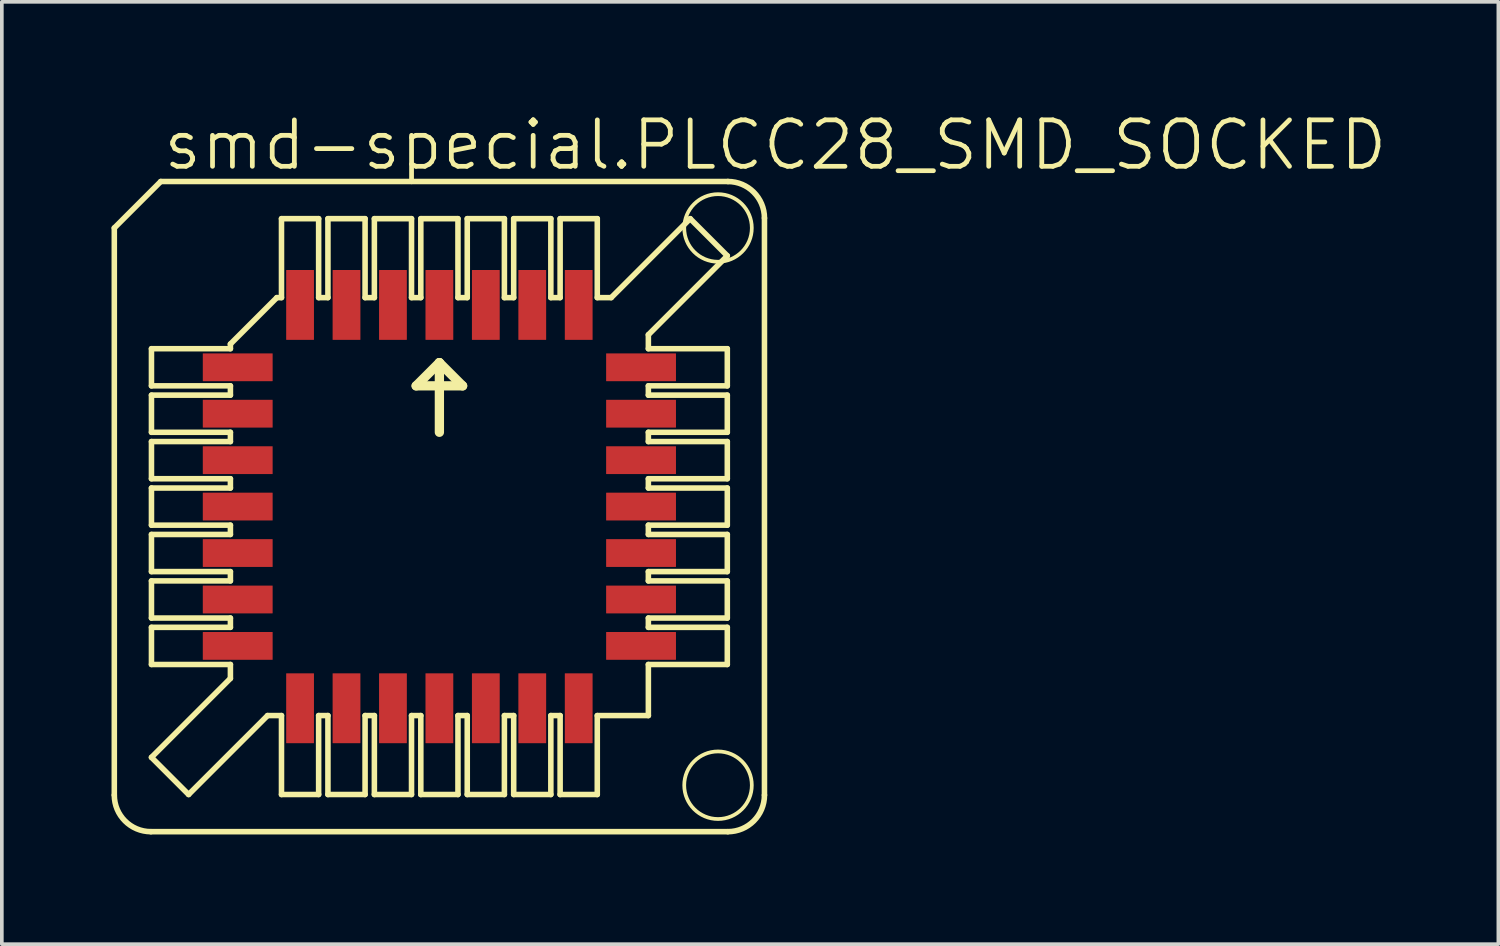
<source format=kicad_pcb>
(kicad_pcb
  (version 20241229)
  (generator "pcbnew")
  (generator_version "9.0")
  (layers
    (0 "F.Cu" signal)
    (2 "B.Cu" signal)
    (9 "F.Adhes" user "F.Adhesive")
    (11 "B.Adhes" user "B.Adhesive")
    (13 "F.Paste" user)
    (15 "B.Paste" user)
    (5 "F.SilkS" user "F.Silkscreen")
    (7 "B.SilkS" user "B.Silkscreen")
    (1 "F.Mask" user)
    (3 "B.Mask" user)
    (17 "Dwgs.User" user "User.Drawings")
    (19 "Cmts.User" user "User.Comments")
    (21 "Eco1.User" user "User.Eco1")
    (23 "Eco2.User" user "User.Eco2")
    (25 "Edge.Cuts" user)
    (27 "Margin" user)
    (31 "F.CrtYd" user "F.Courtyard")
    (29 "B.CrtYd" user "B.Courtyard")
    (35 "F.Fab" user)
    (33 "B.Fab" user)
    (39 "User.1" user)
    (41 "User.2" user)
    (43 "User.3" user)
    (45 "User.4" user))
  (footprint "smd-special.PLCC28_SMD_SOCKED"
    (layer "F.Cu")
    (at 8.966 10.804)
    (property "Reference" "smd-special.PLCC28_SMD_SOCKED" (at -7.62 -9.144 0) (layer "F.SilkS") (effects (font (size 1.27 1.27) (thickness 0.13)) (justify left bottom)))
    (attr smd)
    (fp_line (start -8.89 7.89) (end -8.89 -7.62) (stroke (width 0.152) (type default)) (layer "F.SilkS"))
    (fp_line (start -7.89 8.89) (end 7.89 8.89) (stroke (width 0.152) (type default)) (layer "F.SilkS"))
    (fp_line (start -7.874 -3.302) (end -7.874 -4.318) (stroke (width 0.152) (type default)) (layer "F.SilkS"))
    (fp_line (start -7.874 -3.302) (end -5.715 -3.302) (stroke (width 0.152) (type default)) (layer "F.SilkS"))
    (fp_line (start -7.874 -2.032) (end -7.874 -3.048) (stroke (width 0.152) (type default)) (layer "F.SilkS"))
    (fp_line (start -7.874 -2.032) (end -5.715 -2.032) (stroke (width 0.152) (type default)) (layer "F.SilkS"))
    (fp_line (start -7.874 -0.762) (end -7.874 -1.778) (stroke (width 0.152) (type default)) (layer "F.SilkS"))
    (fp_line (start -7.874 -0.762) (end -5.715 -0.762) (stroke (width 0.152) (type default)) (layer "F.SilkS"))
    (fp_line (start -7.874 0.508) (end -7.874 -0.508) (stroke (width 0.152) (type default)) (layer "F.SilkS"))
    (fp_line (start -7.874 0.508) (end -5.715 0.508) (stroke (width 0.152) (type default)) (layer "F.SilkS"))
    (fp_line (start -7.874 1.778) (end -7.874 0.762) (stroke (width 0.152) (type default)) (layer "F.SilkS"))
    (fp_line (start -7.874 1.778) (end -5.715 1.778) (stroke (width 0.152) (type default)) (layer "F.SilkS"))
    (fp_line (start -7.874 3.048) (end -7.874 2.032) (stroke (width 0.152) (type default)) (layer "F.SilkS"))
    (fp_line (start -7.874 3.048) (end -5.715 3.048) (stroke (width 0.152) (type default)) (layer "F.SilkS"))
    (fp_line (start -7.874 4.318) (end -7.874 3.302) (stroke (width 0.152) (type default)) (layer "F.SilkS"))
    (fp_line (start -7.874 4.318) (end -5.715 4.318) (stroke (width 0.152) (type default)) (layer "F.SilkS"))
    (fp_line (start -7.874 6.858) (end -5.715 4.699) (stroke (width 0.152) (type default)) (layer "F.SilkS"))
    (fp_line (start -7.62 -8.89) (end -8.89 -7.62) (stroke (width 0.152) (type default)) (layer "F.SilkS"))
    (fp_line (start -6.858 7.874) (end -7.874 6.858) (stroke (width 0.152) (type default)) (layer "F.SilkS"))
    (fp_line (start -6.858 7.874) (end -4.699 5.715) (stroke (width 0.152) (type default)) (layer "F.SilkS"))
    (fp_line (start -5.715 -4.445) (end -4.445 -5.715) (stroke (width 0.152) (type default)) (layer "F.SilkS"))
    (fp_line (start -5.715 -4.318) (end -7.874 -4.318) (stroke (width 0.152) (type default)) (layer "F.SilkS"))
    (fp_line (start -5.715 -4.318) (end -5.715 -4.445) (stroke (width 0.152) (type default)) (layer "F.SilkS"))
    (fp_line (start -5.715 -3.048) (end -7.874 -3.048) (stroke (width 0.152) (type default)) (layer "F.SilkS"))
    (fp_line (start -5.715 -3.048) (end -5.715 -3.302) (stroke (width 0.152) (type default)) (layer "F.SilkS"))
    (fp_line (start -5.715 -1.778) (end -7.874 -1.778) (stroke (width 0.152) (type default)) (layer "F.SilkS"))
    (fp_line (start -5.715 -1.778) (end -5.715 -2.032) (stroke (width 0.152) (type default)) (layer "F.SilkS"))
    (fp_line (start -5.715 -0.508) (end -7.874 -0.508) (stroke (width 0.152) (type default)) (layer "F.SilkS"))
    (fp_line (start -5.715 -0.508) (end -5.715 -0.762) (stroke (width 0.152) (type default)) (layer "F.SilkS"))
    (fp_line (start -5.715 0.762) (end -7.874 0.762) (stroke (width 0.152) (type default)) (layer "F.SilkS"))
    (fp_line (start -5.715 0.762) (end -5.715 0.508) (stroke (width 0.152) (type default)) (layer "F.SilkS"))
    (fp_line (start -5.715 2.032) (end -7.874 2.032) (stroke (width 0.152) (type default)) (layer "F.SilkS"))
    (fp_line (start -5.715 2.032) (end -5.715 1.778) (stroke (width 0.152) (type default)) (layer "F.SilkS"))
    (fp_line (start -5.715 3.302) (end -7.874 3.302) (stroke (width 0.152) (type default)) (layer "F.SilkS"))
    (fp_line (start -5.715 3.302) (end -5.715 3.048) (stroke (width 0.152) (type default)) (layer "F.SilkS"))
    (fp_line (start -5.715 4.699) (end -5.715 4.318) (stroke (width 0.152) (type default)) (layer "F.SilkS"))
    (fp_line (start -4.699 5.715) (end -4.318 5.715) (stroke (width 0.152) (type default)) (layer "F.SilkS"))
    (fp_line (start -4.318 -5.715) (end -4.445 -5.715) (stroke (width 0.152) (type default)) (layer "F.SilkS"))
    (fp_line (start -4.318 -5.715) (end -4.318 -7.874) (stroke (width 0.152) (type default)) (layer "F.SilkS"))
    (fp_line (start -4.318 7.874) (end -4.318 5.715) (stroke (width 0.152) (type default)) (layer "F.SilkS"))
    (fp_line (start -4.318 7.874) (end -3.302 7.874) (stroke (width 0.152) (type default)) (layer "F.SilkS"))
    (fp_line (start -3.302 -7.874) (end -4.318 -7.874) (stroke (width 0.152) (type default)) (layer "F.SilkS"))
    (fp_line (start -3.302 -7.874) (end -3.302 -5.715) (stroke (width 0.152) (type default)) (layer "F.SilkS"))
    (fp_line (start -3.302 5.715) (end -3.302 7.874) (stroke (width 0.152) (type default)) (layer "F.SilkS"))
    (fp_line (start -3.302 5.715) (end -3.048 5.715) (stroke (width 0.152) (type default)) (layer "F.SilkS"))
    (fp_line (start -3.048 -5.715) (end -3.302 -5.715) (stroke (width 0.152) (type default)) (layer "F.SilkS"))
    (fp_line (start -3.048 -5.715) (end -3.048 -7.874) (stroke (width 0.152) (type default)) (layer "F.SilkS"))
    (fp_line (start -3.048 7.874) (end -3.048 5.715) (stroke (width 0.152) (type default)) (layer "F.SilkS"))
    (fp_line (start -3.048 7.874) (end -2.032 7.874) (stroke (width 0.152) (type default)) (layer "F.SilkS"))
    (fp_line (start -2.032 -7.874) (end -3.048 -7.874) (stroke (width 0.152) (type default)) (layer "F.SilkS"))
    (fp_line (start -2.032 -7.874) (end -2.032 -5.715) (stroke (width 0.152) (type default)) (layer "F.SilkS"))
    (fp_line (start -2.032 5.715) (end -2.032 7.874) (stroke (width 0.152) (type default)) (layer "F.SilkS"))
    (fp_line (start -2.032 5.715) (end -1.778 5.715) (stroke (width 0.152) (type default)) (layer "F.SilkS"))
    (fp_line (start -1.778 -5.715) (end -2.032 -5.715) (stroke (width 0.152) (type default)) (layer "F.SilkS"))
    (fp_line (start -1.778 -5.715) (end -1.778 -7.874) (stroke (width 0.152) (type default)) (layer "F.SilkS"))
    (fp_line (start -1.778 7.874) (end -1.778 5.715) (stroke (width 0.152) (type default)) (layer "F.SilkS"))
    (fp_line (start -1.778 7.874) (end -0.762 7.874) (stroke (width 0.152) (type default)) (layer "F.SilkS"))
    (fp_line (start -0.762 -7.874) (end -1.778 -7.874) (stroke (width 0.152) (type default)) (layer "F.SilkS"))
    (fp_line (start -0.762 -7.874) (end -0.762 -5.715) (stroke (width 0.152) (type default)) (layer "F.SilkS"))
    (fp_line (start -0.762 5.715) (end -0.762 7.874) (stroke (width 0.152) (type default)) (layer "F.SilkS"))
    (fp_line (start -0.762 5.715) (end -0.508 5.715) (stroke (width 0.152) (type default)) (layer "F.SilkS"))
    (fp_line (start -0.635 -3.302) (end 0 -3.937) (stroke (width 0.254) (type default)) (layer "F.SilkS"))
    (fp_line (start -0.508 -5.715) (end -0.762 -5.715) (stroke (width 0.152) (type default)) (layer "F.SilkS"))
    (fp_line (start -0.508 -5.715) (end -0.508 -7.874) (stroke (width 0.152) (type default)) (layer "F.SilkS"))
    (fp_line (start -0.508 7.874) (end -0.508 5.715) (stroke (width 0.152) (type default)) (layer "F.SilkS"))
    (fp_line (start -0.508 7.874) (end 0.508 7.874) (stroke (width 0.152) (type default)) (layer "F.SilkS"))
    (fp_line (start 0 -3.937) (end 0 -2.032) (stroke (width 0.254) (type default)) (layer "F.SilkS"))
    (fp_line (start 0 -3.937) (end 0.635 -3.302) (stroke (width 0.254) (type default)) (layer "F.SilkS"))
    (fp_line (start 0.508 -7.874) (end -0.508 -7.874) (stroke (width 0.152) (type default)) (layer "F.SilkS"))
    (fp_line (start 0.508 -7.874) (end 0.508 -5.715) (stroke (width 0.152) (type default)) (layer "F.SilkS"))
    (fp_line (start 0.508 5.715) (end 0.508 7.874) (stroke (width 0.152) (type default)) (layer "F.SilkS"))
    (fp_line (start 0.508 5.715) (end 0.762 5.715) (stroke (width 0.152) (type default)) (layer "F.SilkS"))
    (fp_line (start 0.635 -3.302) (end -0.635 -3.302) (stroke (width 0.254) (type default)) (layer "F.SilkS"))
    (fp_line (start 0.762 -5.715) (end 0.508 -5.715) (stroke (width 0.152) (type default)) (layer "F.SilkS"))
    (fp_line (start 0.762 -5.715) (end 0.762 -7.874) (stroke (width 0.152) (type default)) (layer "F.SilkS"))
    (fp_line (start 0.762 7.874) (end 0.762 5.715) (stroke (width 0.152) (type default)) (layer "F.SilkS"))
    (fp_line (start 0.762 7.874) (end 1.778 7.874) (stroke (width 0.152) (type default)) (layer "F.SilkS"))
    (fp_line (start 1.778 -7.874) (end 0.762 -7.874) (stroke (width 0.152) (type default)) (layer "F.SilkS"))
    (fp_line (start 1.778 -7.874) (end 1.778 -5.715) (stroke (width 0.152) (type default)) (layer "F.SilkS"))
    (fp_line (start 1.778 5.715) (end 1.778 7.874) (stroke (width 0.152) (type default)) (layer "F.SilkS"))
    (fp_line (start 1.778 5.715) (end 2.032 5.715) (stroke (width 0.152) (type default)) (layer "F.SilkS"))
    (fp_line (start 2.032 -5.715) (end 1.778 -5.715) (stroke (width 0.152) (type default)) (layer "F.SilkS"))
    (fp_line (start 2.032 -5.715) (end 2.032 -7.874) (stroke (width 0.152) (type default)) (layer "F.SilkS"))
    (fp_line (start 2.032 7.874) (end 2.032 5.715) (stroke (width 0.152) (type default)) (layer "F.SilkS"))
    (fp_line (start 2.032 7.874) (end 3.048 7.874) (stroke (width 0.152) (type default)) (layer "F.SilkS"))
    (fp_line (start 3.048 -7.874) (end 2.032 -7.874) (stroke (width 0.152) (type default)) (layer "F.SilkS"))
    (fp_line (start 3.048 -7.874) (end 3.048 -5.715) (stroke (width 0.152) (type default)) (layer "F.SilkS"))
    (fp_line (start 3.048 5.715) (end 3.048 7.874) (stroke (width 0.152) (type default)) (layer "F.SilkS"))
    (fp_line (start 3.048 5.715) (end 3.302 5.715) (stroke (width 0.152) (type default)) (layer "F.SilkS"))
    (fp_line (start 3.302 -5.715) (end 3.048 -5.715) (stroke (width 0.152) (type default)) (layer "F.SilkS"))
    (fp_line (start 3.302 -5.715) (end 3.302 -7.874) (stroke (width 0.152) (type default)) (layer "F.SilkS"))
    (fp_line (start 3.302 7.874) (end 3.302 5.715) (stroke (width 0.152) (type default)) (layer "F.SilkS"))
    (fp_line (start 3.302 7.874) (end 4.318 7.874) (stroke (width 0.152) (type default)) (layer "F.SilkS"))
    (fp_line (start 4.318 -7.874) (end 3.302 -7.874) (stroke (width 0.152) (type default)) (layer "F.SilkS"))
    (fp_line (start 4.318 -7.874) (end 4.318 -5.715) (stroke (width 0.152) (type default)) (layer "F.SilkS"))
    (fp_line (start 4.318 5.715) (end 4.318 7.874) (stroke (width 0.152) (type default)) (layer "F.SilkS"))
    (fp_line (start 4.318 5.715) (end 5.715 5.715) (stroke (width 0.152) (type default)) (layer "F.SilkS"))
    (fp_line (start 4.699 -5.715) (end 4.318 -5.715) (stroke (width 0.152) (type default)) (layer "F.SilkS"))
    (fp_line (start 5.715 -4.699) (end 5.715 -4.318) (stroke (width 0.152) (type default)) (layer "F.SilkS"))
    (fp_line (start 5.715 -3.302) (end 5.715 -3.048) (stroke (width 0.152) (type default)) (layer "F.SilkS"))
    (fp_line (start 5.715 -3.302) (end 7.874 -3.302) (stroke (width 0.152) (type default)) (layer "F.SilkS"))
    (fp_line (start 5.715 -2.032) (end 5.715 -1.778) (stroke (width 0.152) (type default)) (layer "F.SilkS"))
    (fp_line (start 5.715 -2.032) (end 7.874 -2.032) (stroke (width 0.152) (type default)) (layer "F.SilkS"))
    (fp_line (start 5.715 -0.762) (end 5.715 -0.508) (stroke (width 0.152) (type default)) (layer "F.SilkS"))
    (fp_line (start 5.715 -0.762) (end 7.874 -0.762) (stroke (width 0.152) (type default)) (layer "F.SilkS"))
    (fp_line (start 5.715 0.508) (end 5.715 0.762) (stroke (width 0.152) (type default)) (layer "F.SilkS"))
    (fp_line (start 5.715 0.508) (end 7.874 0.508) (stroke (width 0.152) (type default)) (layer "F.SilkS"))
    (fp_line (start 5.715 1.778) (end 5.715 2.032) (stroke (width 0.152) (type default)) (layer "F.SilkS"))
    (fp_line (start 5.715 1.778) (end 7.874 1.778) (stroke (width 0.152) (type default)) (layer "F.SilkS"))
    (fp_line (start 5.715 3.048) (end 5.715 3.302) (stroke (width 0.152) (type default)) (layer "F.SilkS"))
    (fp_line (start 5.715 3.048) (end 7.874 3.048) (stroke (width 0.152) (type default)) (layer "F.SilkS"))
    (fp_line (start 5.715 4.318) (end 5.715 5.715) (stroke (width 0.152) (type default)) (layer "F.SilkS"))
    (fp_line (start 5.715 4.318) (end 7.874 4.318) (stroke (width 0.152) (type default)) (layer "F.SilkS"))
    (fp_line (start 6.858 -7.874) (end 4.699 -5.715) (stroke (width 0.152) (type default)) (layer "F.SilkS"))
    (fp_line (start 7.874 -6.858) (end 5.715 -4.699) (stroke (width 0.152) (type default)) (layer "F.SilkS"))
    (fp_line (start 7.874 -6.858) (end 6.858 -7.874) (stroke (width 0.152) (type default)) (layer "F.SilkS"))
    (fp_line (start 7.874 -4.318) (end 5.715 -4.318) (stroke (width 0.152) (type default)) (layer "F.SilkS"))
    (fp_line (start 7.874 -4.318) (end 7.874 -3.302) (stroke (width 0.152) (type default)) (layer "F.SilkS"))
    (fp_line (start 7.874 -3.048) (end 5.715 -3.048) (stroke (width 0.152) (type default)) (layer "F.SilkS"))
    (fp_line (start 7.874 -3.048) (end 7.874 -2.032) (stroke (width 0.152) (type default)) (layer "F.SilkS"))
    (fp_line (start 7.874 -1.778) (end 5.715 -1.778) (stroke (width 0.152) (type default)) (layer "F.SilkS"))
    (fp_line (start 7.874 -1.778) (end 7.874 -0.762) (stroke (width 0.152) (type default)) (layer "F.SilkS"))
    (fp_line (start 7.874 -0.508) (end 5.715 -0.508) (stroke (width 0.152) (type default)) (layer "F.SilkS"))
    (fp_line (start 7.874 -0.508) (end 7.874 0.508) (stroke (width 0.152) (type default)) (layer "F.SilkS"))
    (fp_line (start 7.874 0.762) (end 5.715 0.762) (stroke (width 0.152) (type default)) (layer "F.SilkS"))
    (fp_line (start 7.874 0.762) (end 7.874 1.778) (stroke (width 0.152) (type default)) (layer "F.SilkS"))
    (fp_line (start 7.874 2.032) (end 5.715 2.032) (stroke (width 0.152) (type default)) (layer "F.SilkS"))
    (fp_line (start 7.874 2.032) (end 7.874 3.048) (stroke (width 0.152) (type default)) (layer "F.SilkS"))
    (fp_line (start 7.874 3.302) (end 5.715 3.302) (stroke (width 0.152) (type default)) (layer "F.SilkS"))
    (fp_line (start 7.874 3.302) (end 7.874 4.318) (stroke (width 0.152) (type default)) (layer "F.SilkS"))
    (fp_line (start 7.89 -8.89) (end -7.62 -8.89) (stroke (width 0.152) (type default)) (layer "F.SilkS"))
    (fp_line (start 8.89 7.89) (end 8.89 -7.89) (stroke (width 0.152) (type default)) (layer "F.SilkS"))
    (fp_arc (start -7.89 8.89) (mid -8.597107 8.597107) (end -8.89 7.89) (stroke (width 0.1524) (type default)) (layer "F.SilkS"))
    (fp_arc (start 7.89 -8.89) (mid 8.597107 -8.597107) (end 8.89 -7.89) (stroke (width 0.1524) (type default)) (layer "F.SilkS"))
    (fp_arc (start 8.89 7.89) (mid 8.597107 8.597107) (end 7.89 8.89) (stroke (width 0.1524) (type default)) (layer "F.SilkS"))
    (fp_circle (center 7.62 -7.62) (end 8.544 -7.62) (stroke (width 0.102) (type default)) (fill no) (layer "F.SilkS"))
    (fp_circle (center 7.62 7.62) (end 8.544 7.62) (stroke (width 0.102) (type default)) (fill no) (layer "F.SilkS"))
    (pad "1" smd roundrect (at 0 -5.515) (size 0.76 1.91) (layers "F.Cu" "F.Mask" "F.Paste") (roundrect_rratio 0.01))
    (pad "2" smd roundrect (at -1.27 -5.515) (size 0.76 1.91) (layers "F.Cu" "F.Mask" "F.Paste") (roundrect_rratio 0.01))
    (pad "3" smd roundrect (at -2.54 -5.515) (size 0.76 1.91) (layers "F.Cu" "F.Mask" "F.Paste") (roundrect_rratio 0.01))
    (pad "4" smd roundrect (at -3.81 -5.515) (size 0.76 1.91) (layers "F.Cu" "F.Mask" "F.Paste") (roundrect_rratio 0.01))
    (pad "5" smd roundrect (at -5.515 -3.81) (size 1.91 0.76) (layers "F.Cu" "F.Mask" "F.Paste") (roundrect_rratio 0.01))
    (pad "6" smd roundrect (at -5.515 -2.54) (size 1.91 0.76) (layers "F.Cu" "F.Mask" "F.Paste") (roundrect_rratio 0.01))
    (pad "7" smd roundrect (at -5.515 -1.27) (size 1.91 0.76) (layers "F.Cu" "F.Mask" "F.Paste") (roundrect_rratio 0.01))
    (pad "8" smd roundrect (at -5.515 0) (size 1.91 0.76) (layers "F.Cu" "F.Mask" "F.Paste") (roundrect_rratio 0.01))
    (pad "9" smd roundrect (at -5.515 1.27) (size 1.91 0.76) (layers "F.Cu" "F.Mask" "F.Paste") (roundrect_rratio 0.01))
    (pad "10" smd roundrect (at -5.515 2.54) (size 1.91 0.76) (layers "F.Cu" "F.Mask" "F.Paste") (roundrect_rratio 0.01))
    (pad "11" smd roundrect (at -5.515 3.81) (size 1.91 0.76) (layers "F.Cu" "F.Mask" "F.Paste") (roundrect_rratio 0.01))
    (pad "12" smd roundrect (at -3.81 5.515) (size 0.76 1.91) (layers "F.Cu" "F.Mask" "F.Paste") (roundrect_rratio 0.01))
    (pad "13" smd roundrect (at -2.54 5.515) (size 0.76 1.91) (layers "F.Cu" "F.Mask" "F.Paste") (roundrect_rratio 0.01))
    (pad "14" smd roundrect (at -1.27 5.515) (size 0.76 1.91) (layers "F.Cu" "F.Mask" "F.Paste") (roundrect_rratio 0.01))
    (pad "15" smd roundrect (at 0 5.515) (size 0.76 1.91) (layers "F.Cu" "F.Mask" "F.Paste") (roundrect_rratio 0.01))
    (pad "16" smd roundrect (at 1.27 5.515) (size 0.76 1.91) (layers "F.Cu" "F.Mask" "F.Paste") (roundrect_rratio 0.01))
    (pad "17" smd roundrect (at 2.54 5.515) (size 0.76 1.91) (layers "F.Cu" "F.Mask" "F.Paste") (roundrect_rratio 0.01))
    (pad "18" smd roundrect (at 3.81 5.515) (size 0.76 1.91) (layers "F.Cu" "F.Mask" "F.Paste") (roundrect_rratio 0.01))
    (pad "19" smd roundrect (at 5.515 3.81) (size 1.91 0.76) (layers "F.Cu" "F.Mask" "F.Paste") (roundrect_rratio 0.01))
    (pad "20" smd roundrect (at 5.515 2.54) (size 1.91 0.76) (layers "F.Cu" "F.Mask" "F.Paste") (roundrect_rratio 0.01))
    (pad "21" smd roundrect (at 5.515 1.27) (size 1.91 0.76) (layers "F.Cu" "F.Mask" "F.Paste") (roundrect_rratio 0.01))
    (pad "22" smd roundrect (at 5.515 0) (size 1.91 0.76) (layers "F.Cu" "F.Mask" "F.Paste") (roundrect_rratio 0.01))
    (pad "23" smd roundrect (at 5.515 -1.27) (size 1.91 0.76) (layers "F.Cu" "F.Mask" "F.Paste") (roundrect_rratio 0.01))
    (pad "24" smd roundrect (at 5.515 -2.54) (size 1.91 0.76) (layers "F.Cu" "F.Mask" "F.Paste") (roundrect_rratio 0.01))
    (pad "25" smd roundrect (at 5.515 -3.81) (size 1.91 0.76) (layers "F.Cu" "F.Mask" "F.Paste") (roundrect_rratio 0.01))
    (pad "26" smd roundrect (at 3.81 -5.515) (size 0.76 1.91) (layers "F.Cu" "F.Mask" "F.Paste") (roundrect_rratio 0.01))
    (pad "27" smd roundrect (at 2.54 -5.515) (size 0.76 1.91) (layers "F.Cu" "F.Mask" "F.Paste") (roundrect_rratio 0.01))
    (pad "28" smd roundrect (at 1.27 -5.515) (size 0.76 1.91) (layers "F.Cu" "F.Mask" "F.Paste") (roundrect_rratio 0.01)))
  (gr_rect
    (start -3 -3)
    (end 37.926 22.77)
    (stroke (width 0.1) (type default))
    (fill no)
    (layer "Edge.Cuts")))
</source>
